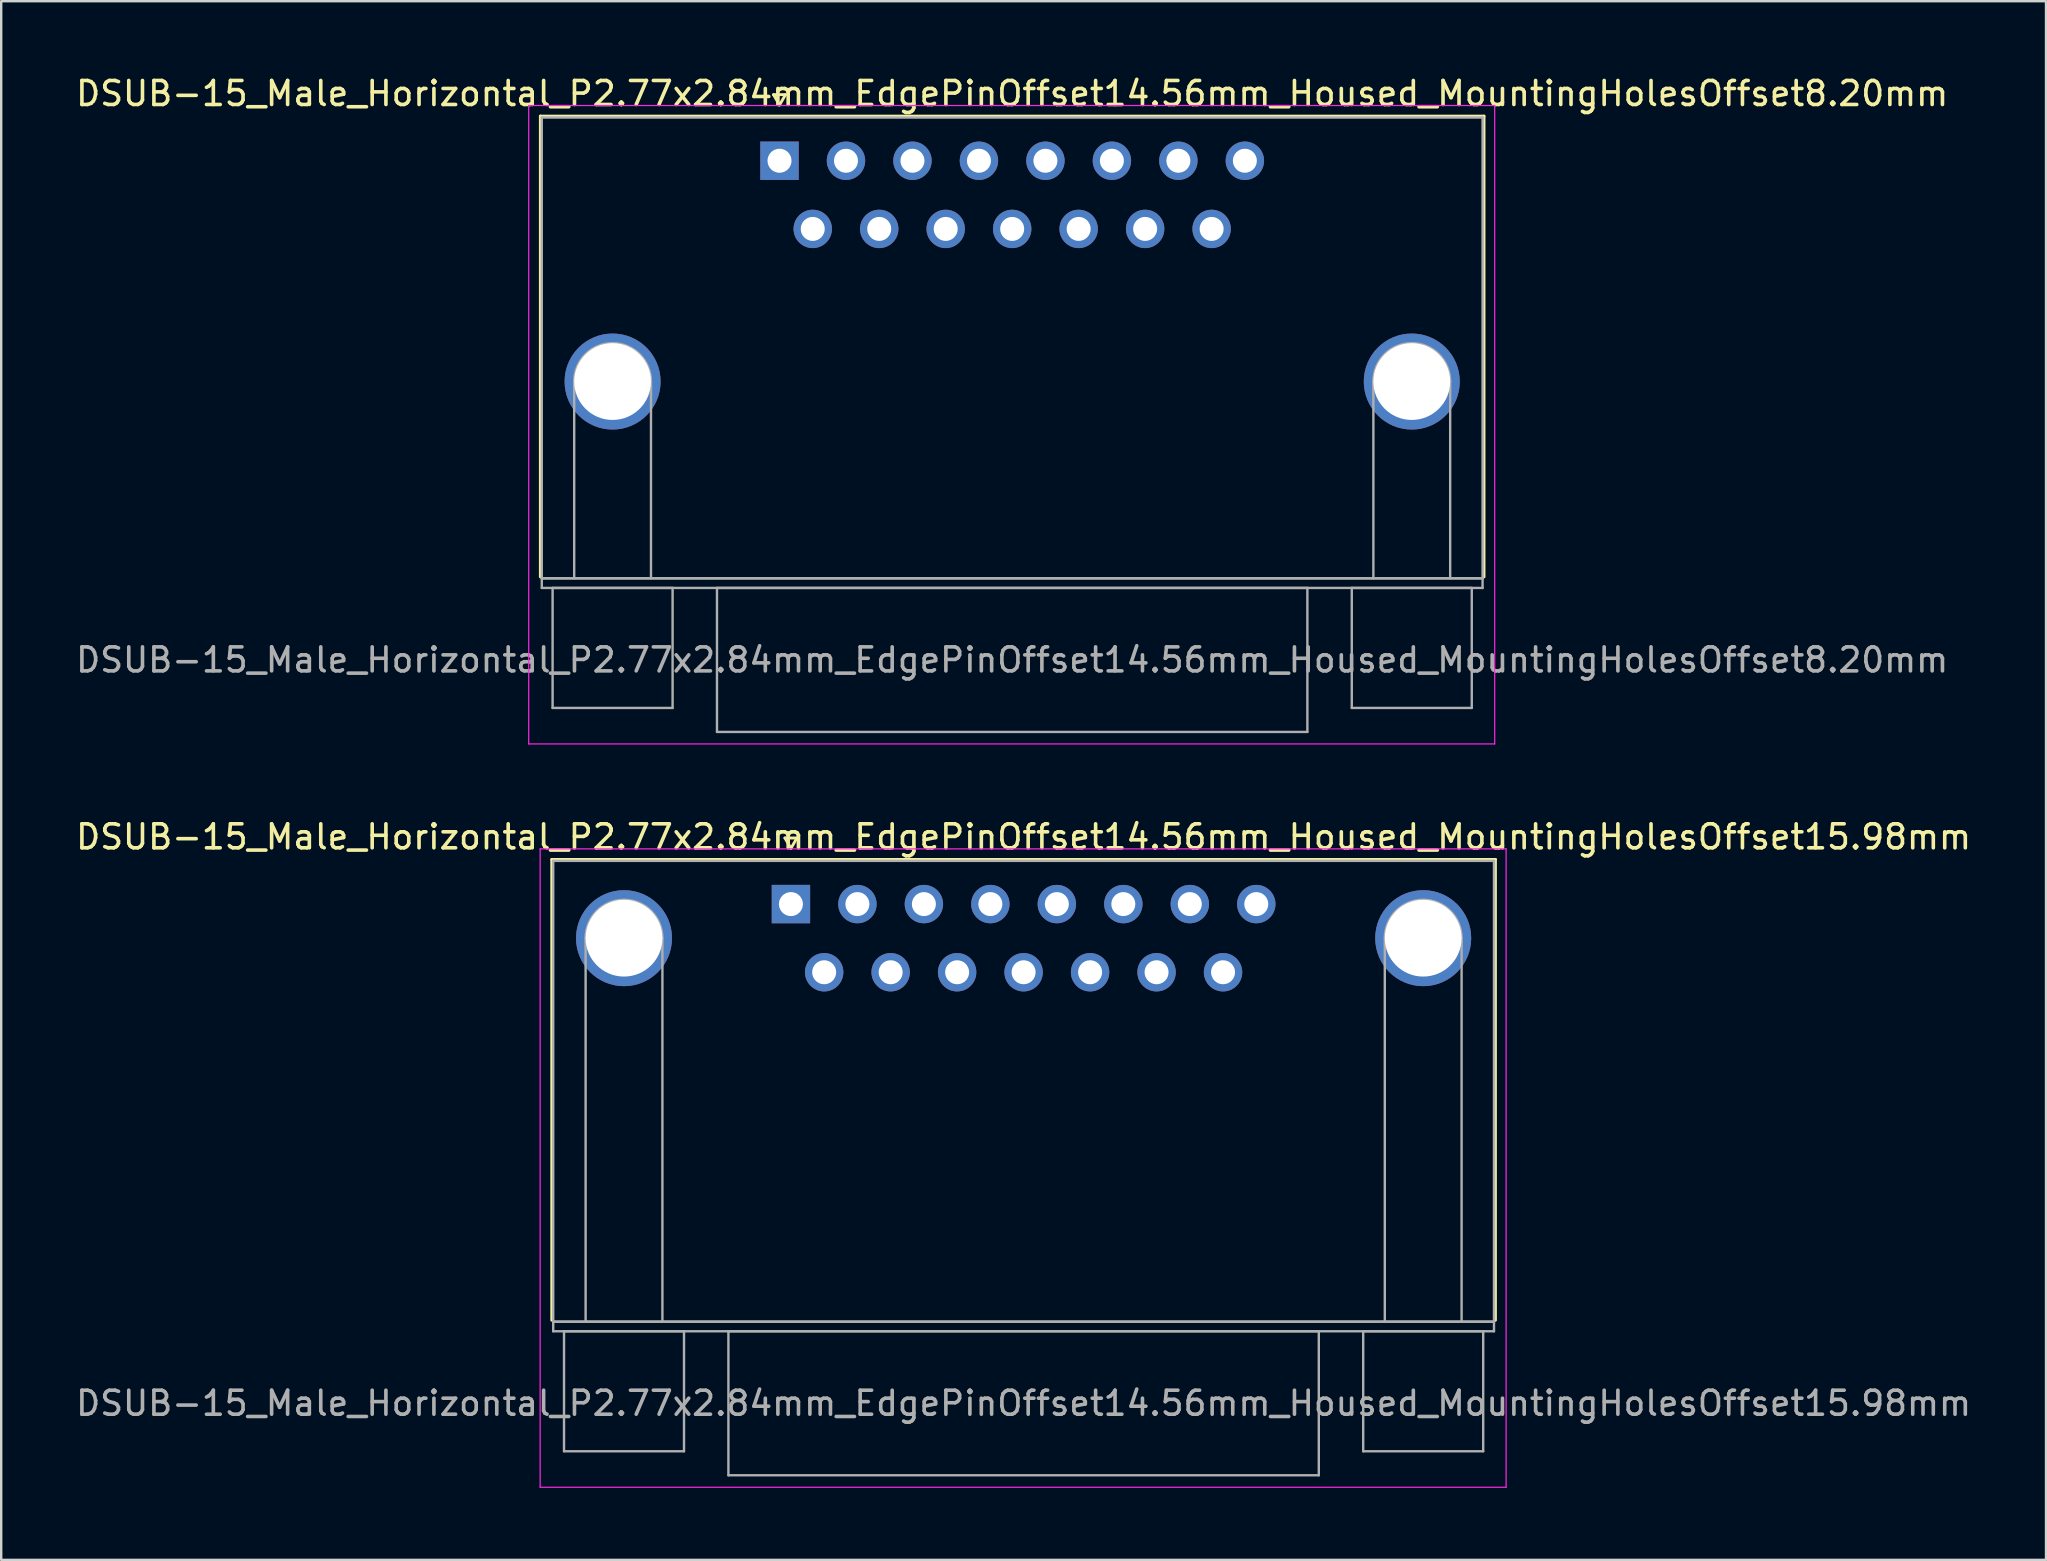
<source format=kicad_pcb>
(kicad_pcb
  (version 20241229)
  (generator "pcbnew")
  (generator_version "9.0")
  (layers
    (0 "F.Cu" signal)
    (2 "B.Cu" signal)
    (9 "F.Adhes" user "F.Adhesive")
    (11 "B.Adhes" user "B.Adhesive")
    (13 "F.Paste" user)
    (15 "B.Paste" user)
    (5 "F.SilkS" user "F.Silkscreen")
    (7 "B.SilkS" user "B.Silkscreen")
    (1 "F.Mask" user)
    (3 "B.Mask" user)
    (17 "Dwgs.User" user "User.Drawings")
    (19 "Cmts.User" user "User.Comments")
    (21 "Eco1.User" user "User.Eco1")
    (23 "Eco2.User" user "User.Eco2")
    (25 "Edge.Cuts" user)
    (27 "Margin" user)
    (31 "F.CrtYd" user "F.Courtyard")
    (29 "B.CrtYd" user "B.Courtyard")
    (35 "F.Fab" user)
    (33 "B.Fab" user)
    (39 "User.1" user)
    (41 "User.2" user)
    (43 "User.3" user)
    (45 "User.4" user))
  (footprint "DSUB-15_Male_Horizontal_P2.77x2.84mm_EdgePinOffset14.56mm_Housed_MountingHolesOffset8.20mm"
    (layer "F.Cu")
    (at 29.43 3.648)
    (property "Reference" "DSUB-15_Male_Horizontal_P2.77x2.84mm_EdgePinOffset14.56mm_Housed_MountingHolesOffset8.20mm" (at 9.695 -2.8 0) (layer "F.SilkS") (effects (font (size 1 1) (thickness 0.15))))
    (attr through_hole)
    (fp_line (start -9.965 -1.86) (end 29.355 -1.86) (stroke (width 0.12) (type solid)) (layer "F.SilkS"))
    (fp_line (start -9.965 17.34) (end -9.965 -1.86) (stroke (width 0.12) (type solid)) (layer "F.SilkS"))
    (fp_line (start -0.25 -2.754) (end 0.25 -2.754) (stroke (width 0.12) (type solid)) (layer "F.SilkS"))
    (fp_line (start 0 -2.321) (end -0.25 -2.754) (stroke (width 0.12) (type solid)) (layer "F.SilkS"))
    (fp_line (start 0.25 -2.754) (end 0 -2.321) (stroke (width 0.12) (type solid)) (layer "F.SilkS"))
    (fp_line (start 29.355 -1.86) (end 29.355 17.34) (stroke (width 0.12) (type solid)) (layer "F.SilkS"))
    (fp_line (start -10.45 -2.3) (end -10.45 24.3) (stroke (width 0.05) (type solid)) (layer "F.CrtYd"))
    (fp_line (start -10.45 24.3) (end 29.8 24.3) (stroke (width 0.05) (type solid)) (layer "F.CrtYd"))
    (fp_line (start 29.8 -2.3) (end -10.45 -2.3) (stroke (width 0.05) (type solid)) (layer "F.CrtYd"))
    (fp_line (start 29.8 24.3) (end 29.8 -2.3) (stroke (width 0.05) (type solid)) (layer "F.CrtYd"))
    (fp_line (start -9.905 -1.8) (end -9.905 17.4) (stroke (width 0.1) (type solid)) (layer "F.Fab"))
    (fp_line (start -9.905 17.4) (end -9.905 17.8) (stroke (width 0.1) (type solid)) (layer "F.Fab"))
    (fp_line (start -9.905 17.4) (end 29.295 17.4) (stroke (width 0.1) (type solid)) (layer "F.Fab"))
    (fp_line (start -9.905 17.8) (end 29.295 17.8) (stroke (width 0.1) (type solid)) (layer "F.Fab"))
    (fp_line (start -9.455 17.8) (end -9.455 22.8) (stroke (width 0.1) (type solid)) (layer "F.Fab"))
    (fp_line (start -9.455 22.8) (end -4.455 22.8) (stroke (width 0.1) (type solid)) (layer "F.Fab"))
    (fp_line (start -8.555 17.4) (end -8.555 9.2) (stroke (width 0.1) (type solid)) (layer "F.Fab"))
    (fp_line (start -5.355 17.4) (end -5.355 9.2) (stroke (width 0.1) (type solid)) (layer "F.Fab"))
    (fp_line (start -4.455 17.8) (end -9.455 17.8) (stroke (width 0.1) (type solid)) (layer "F.Fab"))
    (fp_line (start -4.455 22.8) (end -4.455 17.8) (stroke (width 0.1) (type solid)) (layer "F.Fab"))
    (fp_line (start -2.605 17.8) (end -2.605 23.8) (stroke (width 0.1) (type solid)) (layer "F.Fab"))
    (fp_line (start -2.605 23.8) (end 21.995 23.8) (stroke (width 0.1) (type solid)) (layer "F.Fab"))
    (fp_line (start 21.995 17.8) (end -2.605 17.8) (stroke (width 0.1) (type solid)) (layer "F.Fab"))
    (fp_line (start 21.995 23.8) (end 21.995 17.8) (stroke (width 0.1) (type solid)) (layer "F.Fab"))
    (fp_line (start 23.845 17.8) (end 23.845 22.8) (stroke (width 0.1) (type solid)) (layer "F.Fab"))
    (fp_line (start 23.845 22.8) (end 28.845 22.8) (stroke (width 0.1) (type solid)) (layer "F.Fab"))
    (fp_line (start 24.745 17.4) (end 24.745 9.2) (stroke (width 0.1) (type solid)) (layer "F.Fab"))
    (fp_line (start 27.945 17.4) (end 27.945 9.2) (stroke (width 0.1) (type solid)) (layer "F.Fab"))
    (fp_line (start 28.845 17.8) (end 23.845 17.8) (stroke (width 0.1) (type solid)) (layer "F.Fab"))
    (fp_line (start 28.845 22.8) (end 28.845 17.8) (stroke (width 0.1) (type solid)) (layer "F.Fab"))
    (fp_line (start 29.295 -1.8) (end -9.905 -1.8) (stroke (width 0.1) (type solid)) (layer "F.Fab"))
    (fp_line (start 29.295 17.4) (end -9.905 17.4) (stroke (width 0.1) (type solid)) (layer "F.Fab"))
    (fp_line (start 29.295 17.4) (end 29.295 -1.8) (stroke (width 0.1) (type solid)) (layer "F.Fab"))
    (fp_line (start 29.295 17.8) (end 29.295 17.4) (stroke (width 0.1) (type solid)) (layer "F.Fab"))
    (fp_arc (start -8.555 9.2) (mid -6.955 7.6) (end -5.355 9.2) (stroke (width 0.1) (type solid)) (layer "F.Fab"))
    (fp_arc (start 24.745 9.2) (mid 26.345 7.6) (end 27.945 9.2) (stroke (width 0.1) (type solid)) (layer "F.Fab"))
    (fp_text user "${REFERENCE}" (at 9.695 20.8 0) (layer "F.Fab") (effects (font (size 1 1) (thickness 0.15))))
    (pad "0" thru_hole circle (at -6.955 9.2) (size 4 4) (drill 3.2) (layers "*.Cu" "*.Mask"))
    (pad "0" thru_hole circle (at 26.345 9.2) (size 4 4) (drill 3.2) (layers "*.Cu" "*.Mask"))
    (pad "1" thru_hole rect (at 0 0) (size 1.6 1.6) (drill 1) (layers "*.Cu" "*.Mask"))
    (pad "2" thru_hole circle (at 2.77 0) (size 1.6 1.6) (drill 1) (layers "*.Cu" "*.Mask"))
    (pad "3" thru_hole circle (at 5.54 0) (size 1.6 1.6) (drill 1) (layers "*.Cu" "*.Mask"))
    (pad "4" thru_hole circle (at 8.31 0) (size 1.6 1.6) (drill 1) (layers "*.Cu" "*.Mask"))
    (pad "5" thru_hole circle (at 11.08 0) (size 1.6 1.6) (drill 1) (layers "*.Cu" "*.Mask"))
    (pad "6" thru_hole circle (at 13.85 0) (size 1.6 1.6) (drill 1) (layers "*.Cu" "*.Mask"))
    (pad "7" thru_hole circle (at 16.62 0) (size 1.6 1.6) (drill 1) (layers "*.Cu" "*.Mask"))
    (pad "8" thru_hole circle (at 19.39 0) (size 1.6 1.6) (drill 1) (layers "*.Cu" "*.Mask"))
    (pad "9" thru_hole circle (at 1.385 2.84) (size 1.6 1.6) (drill 1) (layers "*.Cu" "*.Mask"))
    (pad "10" thru_hole circle (at 4.155 2.84) (size 1.6 1.6) (drill 1) (layers "*.Cu" "*.Mask"))
    (pad "11" thru_hole circle (at 6.925 2.84) (size 1.6 1.6) (drill 1) (layers "*.Cu" "*.Mask"))
    (pad "12" thru_hole circle (at 9.695 2.84) (size 1.6 1.6) (drill 1) (layers "*.Cu" "*.Mask"))
    (pad "13" thru_hole circle (at 12.465 2.84) (size 1.6 1.6) (drill 1) (layers "*.Cu" "*.Mask"))
    (pad "14" thru_hole circle (at 15.235 2.84) (size 1.6 1.6) (drill 1) (layers "*.Cu" "*.Mask"))
    (pad "15" thru_hole circle (at 18.005 2.84) (size 1.6 1.6) (drill 1) (layers "*.Cu" "*.Mask")))
  (footprint "DSUB-15_Male_Horizontal_P2.77x2.84mm_EdgePinOffset14.56mm_Housed_MountingHolesOffset15.98mm"
    (layer "F.Cu")
    (at 29.906 34.621)
    (property "Reference" "DSUB-15_Male_Horizontal_P2.77x2.84mm_EdgePinOffset14.56mm_Housed_MountingHolesOffset15.98mm" (at 9.695 -2.8 0) (layer "F.SilkS") (effects (font (size 1 1) (thickness 0.15))))
    (attr through_hole)
    (fp_line (start -9.965 -1.86) (end 29.355 -1.86) (stroke (width 0.12) (type solid)) (layer "F.SilkS"))
    (fp_line (start -9.965 17.34) (end -9.965 -1.86) (stroke (width 0.12) (type solid)) (layer "F.SilkS"))
    (fp_line (start -0.25 -2.754) (end 0.25 -2.754) (stroke (width 0.12) (type solid)) (layer "F.SilkS"))
    (fp_line (start 0 -2.321) (end -0.25 -2.754) (stroke (width 0.12) (type solid)) (layer "F.SilkS"))
    (fp_line (start 0.25 -2.754) (end 0 -2.321) (stroke (width 0.12) (type solid)) (layer "F.SilkS"))
    (fp_line (start 29.355 -1.86) (end 29.355 17.34) (stroke (width 0.12) (type solid)) (layer "F.SilkS"))
    (fp_line (start -10.45 -2.3) (end -10.45 24.3) (stroke (width 0.05) (type solid)) (layer "F.CrtYd"))
    (fp_line (start -10.45 24.3) (end 29.8 24.3) (stroke (width 0.05) (type solid)) (layer "F.CrtYd"))
    (fp_line (start 29.8 -2.3) (end -10.45 -2.3) (stroke (width 0.05) (type solid)) (layer "F.CrtYd"))
    (fp_line (start 29.8 24.3) (end 29.8 -2.3) (stroke (width 0.05) (type solid)) (layer "F.CrtYd"))
    (fp_line (start -9.905 -1.8) (end -9.905 17.4) (stroke (width 0.1) (type solid)) (layer "F.Fab"))
    (fp_line (start -9.905 17.4) (end -9.905 17.8) (stroke (width 0.1) (type solid)) (layer "F.Fab"))
    (fp_line (start -9.905 17.4) (end 29.295 17.4) (stroke (width 0.1) (type solid)) (layer "F.Fab"))
    (fp_line (start -9.905 17.8) (end 29.295 17.8) (stroke (width 0.1) (type solid)) (layer "F.Fab"))
    (fp_line (start -9.455 17.8) (end -9.455 22.8) (stroke (width 0.1) (type solid)) (layer "F.Fab"))
    (fp_line (start -9.455 22.8) (end -4.455 22.8) (stroke (width 0.1) (type solid)) (layer "F.Fab"))
    (fp_line (start -8.555 17.4) (end -8.555 1.42) (stroke (width 0.1) (type solid)) (layer "F.Fab"))
    (fp_line (start -5.355 17.4) (end -5.355 1.42) (stroke (width 0.1) (type solid)) (layer "F.Fab"))
    (fp_line (start -4.455 17.8) (end -9.455 17.8) (stroke (width 0.1) (type solid)) (layer "F.Fab"))
    (fp_line (start -4.455 22.8) (end -4.455 17.8) (stroke (width 0.1) (type solid)) (layer "F.Fab"))
    (fp_line (start -2.605 17.8) (end -2.605 23.8) (stroke (width 0.1) (type solid)) (layer "F.Fab"))
    (fp_line (start -2.605 23.8) (end 21.995 23.8) (stroke (width 0.1) (type solid)) (layer "F.Fab"))
    (fp_line (start 21.995 17.8) (end -2.605 17.8) (stroke (width 0.1) (type solid)) (layer "F.Fab"))
    (fp_line (start 21.995 23.8) (end 21.995 17.8) (stroke (width 0.1) (type solid)) (layer "F.Fab"))
    (fp_line (start 23.845 17.8) (end 23.845 22.8) (stroke (width 0.1) (type solid)) (layer "F.Fab"))
    (fp_line (start 23.845 22.8) (end 28.845 22.8) (stroke (width 0.1) (type solid)) (layer "F.Fab"))
    (fp_line (start 24.745 17.4) (end 24.745 1.42) (stroke (width 0.1) (type solid)) (layer "F.Fab"))
    (fp_line (start 27.945 17.4) (end 27.945 1.42) (stroke (width 0.1) (type solid)) (layer "F.Fab"))
    (fp_line (start 28.845 17.8) (end 23.845 17.8) (stroke (width 0.1) (type solid)) (layer "F.Fab"))
    (fp_line (start 28.845 22.8) (end 28.845 17.8) (stroke (width 0.1) (type solid)) (layer "F.Fab"))
    (fp_line (start 29.295 -1.8) (end -9.905 -1.8) (stroke (width 0.1) (type solid)) (layer "F.Fab"))
    (fp_line (start 29.295 17.4) (end -9.905 17.4) (stroke (width 0.1) (type solid)) (layer "F.Fab"))
    (fp_line (start 29.295 17.4) (end 29.295 -1.8) (stroke (width 0.1) (type solid)) (layer "F.Fab"))
    (fp_line (start 29.295 17.8) (end 29.295 17.4) (stroke (width 0.1) (type solid)) (layer "F.Fab"))
    (fp_arc (start -8.555 1.42) (mid -6.955 -0.18) (end -5.355 1.42) (stroke (width 0.1) (type solid)) (layer "F.Fab"))
    (fp_arc (start 24.745 1.42) (mid 26.345 -0.18) (end 27.945 1.42) (stroke (width 0.1) (type solid)) (layer "F.Fab"))
    (fp_text user "${REFERENCE}" (at 9.695 20.8 0) (layer "F.Fab") (effects (font (size 1 1) (thickness 0.15))))
    (pad "0" thru_hole circle (at -6.955 1.42) (size 4 4) (drill 3.2) (layers "*.Cu" "*.Mask"))
    (pad "0" thru_hole circle (at 26.345 1.42) (size 4 4) (drill 3.2) (layers "*.Cu" "*.Mask"))
    (pad "1" thru_hole rect (at 0 0) (size 1.6 1.6) (drill 1) (layers "*.Cu" "*.Mask"))
    (pad "2" thru_hole circle (at 2.77 0) (size 1.6 1.6) (drill 1) (layers "*.Cu" "*.Mask"))
    (pad "3" thru_hole circle (at 5.54 0) (size 1.6 1.6) (drill 1) (layers "*.Cu" "*.Mask"))
    (pad "4" thru_hole circle (at 8.31 0) (size 1.6 1.6) (drill 1) (layers "*.Cu" "*.Mask"))
    (pad "5" thru_hole circle (at 11.08 0) (size 1.6 1.6) (drill 1) (layers "*.Cu" "*.Mask"))
    (pad "6" thru_hole circle (at 13.85 0) (size 1.6 1.6) (drill 1) (layers "*.Cu" "*.Mask"))
    (pad "7" thru_hole circle (at 16.62 0) (size 1.6 1.6) (drill 1) (layers "*.Cu" "*.Mask"))
    (pad "8" thru_hole circle (at 19.39 0) (size 1.6 1.6) (drill 1) (layers "*.Cu" "*.Mask"))
    (pad "9" thru_hole circle (at 1.385 2.84) (size 1.6 1.6) (drill 1) (layers "*.Cu" "*.Mask"))
    (pad "10" thru_hole circle (at 4.155 2.84) (size 1.6 1.6) (drill 1) (layers "*.Cu" "*.Mask"))
    (pad "11" thru_hole circle (at 6.925 2.84) (size 1.6 1.6) (drill 1) (layers "*.Cu" "*.Mask"))
    (pad "12" thru_hole circle (at 9.695 2.84) (size 1.6 1.6) (drill 1) (layers "*.Cu" "*.Mask"))
    (pad "13" thru_hole circle (at 12.465 2.84) (size 1.6 1.6) (drill 1) (layers "*.Cu" "*.Mask"))
    (pad "14" thru_hole circle (at 15.235 2.84) (size 1.6 1.6) (drill 1) (layers "*.Cu" "*.Mask"))
    (pad "15" thru_hole circle (at 18.005 2.84) (size 1.6 1.6) (drill 1) (layers "*.Cu" "*.Mask")))
  (gr_rect
    (start -3 -3)
    (end 82.202 61.947)
    (stroke (width 0.1) (type default))
    (fill no)
    (layer "Edge.Cuts")))
</source>
